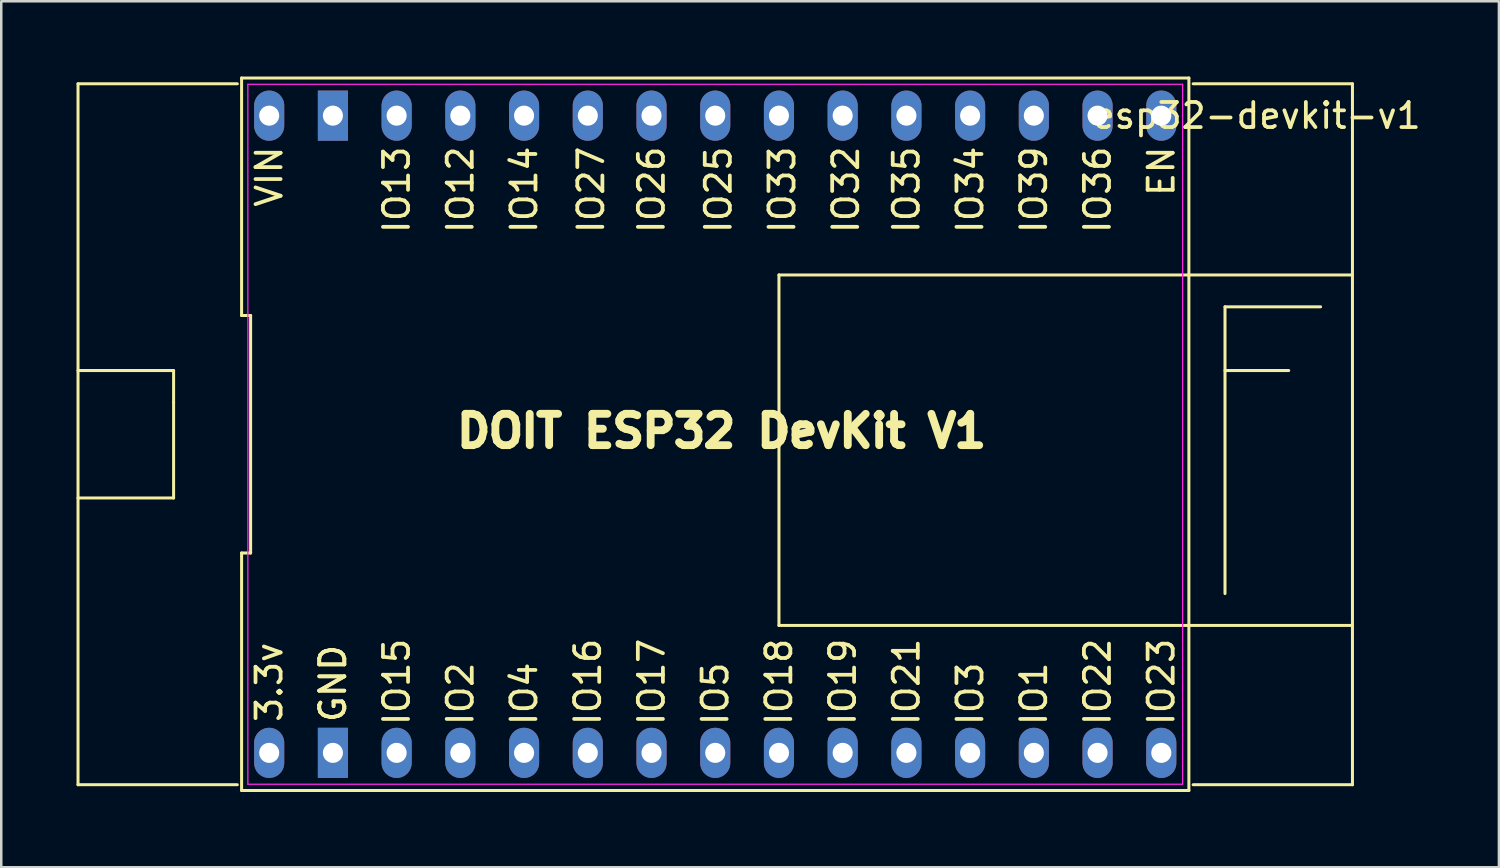
<source format=kicad_pcb>
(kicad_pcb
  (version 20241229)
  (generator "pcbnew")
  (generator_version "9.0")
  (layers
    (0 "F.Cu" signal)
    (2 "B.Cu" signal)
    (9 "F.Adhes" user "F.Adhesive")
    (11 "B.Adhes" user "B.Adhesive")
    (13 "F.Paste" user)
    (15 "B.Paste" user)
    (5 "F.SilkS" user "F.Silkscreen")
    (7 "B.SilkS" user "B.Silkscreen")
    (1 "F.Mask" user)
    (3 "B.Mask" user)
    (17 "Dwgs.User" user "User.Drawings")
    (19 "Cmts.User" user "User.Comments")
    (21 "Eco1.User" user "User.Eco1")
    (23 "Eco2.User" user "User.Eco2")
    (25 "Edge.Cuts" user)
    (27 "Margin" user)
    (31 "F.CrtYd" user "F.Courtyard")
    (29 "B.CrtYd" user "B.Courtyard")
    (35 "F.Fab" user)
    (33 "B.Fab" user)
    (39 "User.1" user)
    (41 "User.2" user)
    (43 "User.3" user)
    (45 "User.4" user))
  (footprint "esp32-devkit-v1"
    (layer "F.Cu")
    (at 25.46 14.26)
    (property "Reference" "esp32-devkit-v1" (at 21.59 -12.7 180) (layer "F.SilkS") (effects (font (size 1 1) (thickness 0.15))))
    (attr through_hole)
    (fp_line (start -25.4 -13.97) (end -25.4 13.97) (stroke (width 0.12) (type solid)) (layer "F.SilkS"))
    (fp_line (start -25.4 13.97) (end -19.05 13.97) (stroke (width 0.12) (type solid)) (layer "F.SilkS"))
    (fp_line (start -21.59 -2.54) (end -25.4 -2.54) (stroke (width 0.12) (type solid)) (layer "F.SilkS"))
    (fp_line (start -21.59 -1.27) (end -21.59 -2.54) (stroke (width 0.12) (type solid)) (layer "F.SilkS"))
    (fp_line (start -21.59 -1.27) (end -21.59 2.54) (stroke (width 0.12) (type solid)) (layer "F.SilkS"))
    (fp_line (start -21.59 2.54) (end -25.4 2.54) (stroke (width 0.12) (type solid)) (layer "F.SilkS"))
    (fp_line (start -19.05 -13.97) (end -25.4 -13.97) (stroke (width 0.12) (type solid)) (layer "F.SilkS"))
    (fp_line (start -18.88 -14.2) (end -18.88 -4.733) (stroke (width 0.12) (type solid)) (layer "F.SilkS"))
    (fp_line (start -18.88 -4.733) (end -18.52 -4.733) (stroke (width 0.12) (type solid)) (layer "F.SilkS"))
    (fp_line (start -18.88 4.733) (end -18.88 14.2) (stroke (width 0.12) (type solid)) (layer "F.SilkS"))
    (fp_line (start -18.88 14.2) (end 18.88 14.2) (stroke (width 0.12) (type solid)) (layer "F.SilkS"))
    (fp_line (start -18.52 -4.733) (end -18.52 4.733) (stroke (width 0.12) (type solid)) (layer "F.SilkS"))
    (fp_line (start -18.52 4.733) (end -18.88 4.733) (stroke (width 0.12) (type solid)) (layer "F.SilkS"))
    (fp_line (start 2.54 -6.35) (end 2.54 7.62) (stroke (width 0.12) (type solid)) (layer "F.SilkS"))
    (fp_line (start 2.54 7.62) (end 25.4 7.62) (stroke (width 0.12) (type solid)) (layer "F.SilkS"))
    (fp_line (start 18.88 -14.2) (end -18.88 -14.2) (stroke (width 0.12) (type solid)) (layer "F.SilkS"))
    (fp_line (start 18.88 14.2) (end 18.88 -14.2) (stroke (width 0.12) (type solid)) (layer "F.SilkS"))
    (fp_line (start 19.05 -13.97) (end 25.4 -13.97) (stroke (width 0.12) (type solid)) (layer "F.SilkS"))
    (fp_line (start 20.32 -5.08) (end 24.13 -5.08) (stroke (width 0.12) (type solid)) (layer "F.SilkS"))
    (fp_line (start 20.32 -2.54) (end 22.86 -2.54) (stroke (width 0.12) (type solid)) (layer "F.SilkS"))
    (fp_line (start 20.32 6.35) (end 20.32 -5.08) (stroke (width 0.12) (type solid)) (layer "F.SilkS"))
    (fp_line (start 25.4 -13.97) (end 25.4 13.97) (stroke (width 0.12) (type solid)) (layer "F.SilkS"))
    (fp_line (start 25.4 -6.35) (end 2.54 -6.35) (stroke (width 0.12) (type solid)) (layer "F.SilkS"))
    (fp_line (start 25.4 13.97) (end 19.05 13.97) (stroke (width 0.12) (type solid)) (layer "F.SilkS"))
    (fp_line (start -18.63 -13.95) (end 18.63 -13.95) (stroke (width 0.05) (type solid)) (layer "F.CrtYd"))
    (fp_line (start -18.63 13.95) (end -18.63 -13.95) (stroke (width 0.05) (type solid)) (layer "F.CrtYd"))
    (fp_line (start 18.63 -13.95) (end 18.63 13.95) (stroke (width 0.05) (type solid)) (layer "F.CrtYd"))
    (fp_line (start 18.63 13.95) (end -18.63 13.95) (stroke (width 0.05) (type solid)) (layer "F.CrtYd"))
    (fp_text user "IO12" (at -10.16 -11.557 90) (layer "F.SilkS") (effects (font (size 1 1) (thickness 0.15)) (justify right)))
    (fp_text user "IO17" (at -2.54 11.684 90) (layer "F.SilkS") (effects (font (size 1 1) (thickness 0.15)) (justify left)))
    (fp_text user "VIN" (at -17.78 -11.557 90) (layer "F.SilkS") (effects (font (size 1 1) (thickness 0.15)) (justify right)))
    (fp_text user "IO16" (at -5.08 11.684 90) (layer "F.SilkS") (effects (font (size 1 1) (thickness 0.15)) (justify left)))
    (fp_text user "IO5" (at 0 11.684 90) (layer "F.SilkS") (effects (font (size 1 1) (thickness 0.15)) (justify left)))
    (fp_text user "IO1" (at 12.7 11.684 90) (layer "F.SilkS") (effects (font (size 1 1) (thickness 0.15)) (justify left)))
    (fp_text user "IO27" (at -4.953 -11.557 90) (layer "F.SilkS") (effects (font (size 1 1) (thickness 0.15)) (justify right)))
    (fp_text user "IO3" (at 10.16 11.684 90) (layer "F.SilkS") (effects (font (size 1 1) (thickness 0.15)) (justify left)))
    (fp_text user "IO26" (at -2.54 -11.557 90) (layer "F.SilkS") (effects (font (size 1 1) (thickness 0.15)) (justify right)))
    (fp_text user "IO15" (at -12.7 11.684 90) (layer "F.SilkS") (effects (font (size 1 1) (thickness 0.15)) (justify left)))
    (fp_text user "IO4" (at -7.62 11.684 90) (layer "F.SilkS") (effects (font (size 1 1) (thickness 0.15)) (justify left)))
    (fp_text user "IO2" (at -10.16 11.684 90) (layer "F.SilkS") (effects (font (size 1 1) (thickness 0.15)) (justify left)))
    (fp_text user "GND" (at -15.24 11.557 90) (layer "F.SilkS") (effects (font (size 1 1) (thickness 0.15)) (justify left)))
    (fp_text user "3.3v" (at -17.78 11.557 90) (layer "F.SilkS") (effects (font (size 1 1) (thickness 0.15)) (justify left)))
    (fp_text user "IO32" (at 5.207 -11.557 90) (layer "F.SilkS") (effects (font (size 1 1) (thickness 0.15)) (justify right)))
    (fp_text user "IO36" (at 15.24 -11.557 90) (layer "F.SilkS") (effects (font (size 1 1) (thickness 0.15)) (justify right)))
    (fp_text user "IO33" (at 2.667 -11.557 90) (layer "F.SilkS") (effects (font (size 1 1) (thickness 0.15)) (justify right)))
    (fp_text user "IO13" (at -12.7 -11.557 90) (layer "F.SilkS") (effects (font (size 1 1) (thickness 0.15)) (justify right)))
    (fp_text user "IO39" (at 12.7 -11.557 90) (layer "F.SilkS") (effects (font (size 1 1) (thickness 0.15)) (justify right)))
    (fp_text user "IO14" (at -7.62 -11.557 90) (layer "F.SilkS") (effects (font (size 1 1) (thickness 0.15)) (justify right)))
    (fp_text user "DOIT ESP32 DevKit V1" (at 0.254 -0.127 0) (layer "F.SilkS") (effects (font (size 1.25 1.25) (thickness 0.312))))
    (fp_text user "IO22" (at 15.24 11.684 90) (layer "F.SilkS") (effects (font (size 1 1) (thickness 0.15)) (justify left)))
    (fp_text user "IO34" (at 10.16 -11.557 90) (layer "F.SilkS") (effects (font (size 1 1) (thickness 0.15)) (justify right)))
    (fp_text user "IO23" (at 17.78 11.684 90) (layer "F.SilkS") (effects (font (size 1 1) (thickness 0.15)) (justify left)))
    (fp_text user "IO19" (at 5.08 11.684 90) (layer "F.SilkS") (effects (font (size 1 1) (thickness 0.15)) (justify left)))
    (fp_text user "IO25" (at 0.127 -11.557 90) (layer "F.SilkS") (effects (font (size 1 1) (thickness 0.15)) (justify right)))
    (fp_text user "GND" (at -15.24 11.557 90) (layer "F.SilkS") (effects (font (size 1 1) (thickness 0.15)) (justify left)))
    (fp_text user "IO18" (at 2.54 11.684 90) (layer "F.SilkS") (effects (font (size 1 1) (thickness 0.15)) (justify left)))
    (fp_text user "IO35" (at 7.62 -11.557 90) (layer "F.SilkS") (effects (font (size 1 1) (thickness 0.15)) (justify right)))
    (fp_text user "IO21" (at 7.62 11.684 90) (layer "F.SilkS") (effects (font (size 1 1) (thickness 0.15)) (justify left)))
    (fp_text user "EN" (at 17.78 -11.557 90) (layer "F.SilkS") (effects (font (size 1 1) (thickness 0.15)) (justify right)))
    (pad "1" thru_hole oval (at -17.78 12.7) (size 1.2 2) (drill 0.8) (layers "*.Cu" "*.Mask"))
    (pad "2" thru_hole rect (at -15.24 12.7) (size 1.2 2) (drill 0.8) (layers "*.Cu" "*.Mask"))
    (pad "3" thru_hole oval (at -12.7 12.7) (size 1.2 2) (drill 0.8) (layers "*.Cu" "*.Mask"))
    (pad "4" thru_hole oval (at -10.16 12.7) (size 1.2 2) (drill 0.8) (layers "*.Cu" "*.Mask"))
    (pad "5" thru_hole oval (at -7.62 12.7) (size 1.2 2) (drill 0.8) (layers "*.Cu" "*.Mask"))
    (pad "6" thru_hole oval (at -5.08 12.7) (size 1.2 2) (drill 0.8) (layers "*.Cu" "*.Mask"))
    (pad "7" thru_hole oval (at -2.54 12.7) (size 1.2 2) (drill 0.8) (layers "*.Cu" "*.Mask"))
    (pad "8" thru_hole oval (at 0 12.7) (size 1.2 2) (drill 0.8) (layers "*.Cu" "*.Mask"))
    (pad "9" thru_hole oval (at 2.54 12.7) (size 1.2 2) (drill 0.8) (layers "*.Cu" "*.Mask"))
    (pad "10" thru_hole oval (at 5.08 12.7) (size 1.2 2) (drill 0.8) (layers "*.Cu" "*.Mask"))
    (pad "11" thru_hole oval (at 7.62 12.7) (size 1.2 2) (drill 0.8) (layers "*.Cu" "*.Mask"))
    (pad "12" thru_hole oval (at 10.16 12.7) (size 1.2 2) (drill 0.8) (layers "*.Cu" "*.Mask"))
    (pad "13" thru_hole oval (at 12.7 12.7) (size 1.2 2) (drill 0.8) (layers "*.Cu" "*.Mask"))
    (pad "14" thru_hole oval (at 15.24 12.7) (size 1.2 2) (drill 0.8) (layers "*.Cu" "*.Mask"))
    (pad "15" thru_hole oval (at 17.78 12.7) (size 1.2 2) (drill 0.8) (layers "*.Cu" "*.Mask"))
    (pad "16" thru_hole oval (at 17.78 -12.7) (size 1.2 2) (drill 0.8) (layers "*.Cu" "*.Mask"))
    (pad "17" thru_hole oval (at 15.24 -12.7) (size 1.2 2) (drill 0.8) (layers "*.Cu" "*.Mask"))
    (pad "18" thru_hole oval (at 12.7 -12.7) (size 1.2 2) (drill 0.8) (layers "*.Cu" "*.Mask"))
    (pad "19" thru_hole oval (at 10.16 -12.7) (size 1.2 2) (drill 0.8) (layers "*.Cu" "*.Mask"))
    (pad "20" thru_hole oval (at 7.62 -12.7) (size 1.2 2) (drill 0.8) (layers "*.Cu" "*.Mask"))
    (pad "21" thru_hole oval (at 5.08 -12.7) (size 1.2 2) (drill 0.8) (layers "*.Cu" "*.Mask"))
    (pad "22" thru_hole oval (at 2.54 -12.7) (size 1.2 2) (drill 0.8) (layers "*.Cu" "*.Mask"))
    (pad "23" thru_hole oval (at 0 -12.7) (size 1.2 2) (drill 0.8) (layers "*.Cu" "*.Mask"))
    (pad "24" thru_hole oval (at -2.54 -12.7) (size 1.2 2) (drill 0.8) (layers "*.Cu" "*.Mask"))
    (pad "25" thru_hole oval (at -5.08 -12.7) (size 1.2 2) (drill 0.8) (layers "*.Cu" "*.Mask"))
    (pad "26" thru_hole oval (at -7.62 -12.7) (size 1.2 2) (drill 0.8) (layers "*.Cu" "*.Mask"))
    (pad "27" thru_hole oval (at -10.16 -12.7) (size 1.2 2) (drill 0.8) (layers "*.Cu" "*.Mask"))
    (pad "28" thru_hole oval (at -12.7 -12.7) (size 1.2 2) (drill 0.8) (layers "*.Cu" "*.Mask"))
    (pad "29" thru_hole rect (at -15.24 -12.7) (size 1.2 2) (drill 0.8) (layers "*.Cu" "*.Mask"))
    (pad "30" thru_hole oval (at -17.78 -12.7) (size 1.2 2) (drill 0.8) (layers "*.Cu" "*.Mask")))
  (gr_rect
    (start -3 -3)
    (end 56.699 31.52)
    (stroke (width 0.1) (type default))
    (fill no)
    (layer "Edge.Cuts")))
</source>
